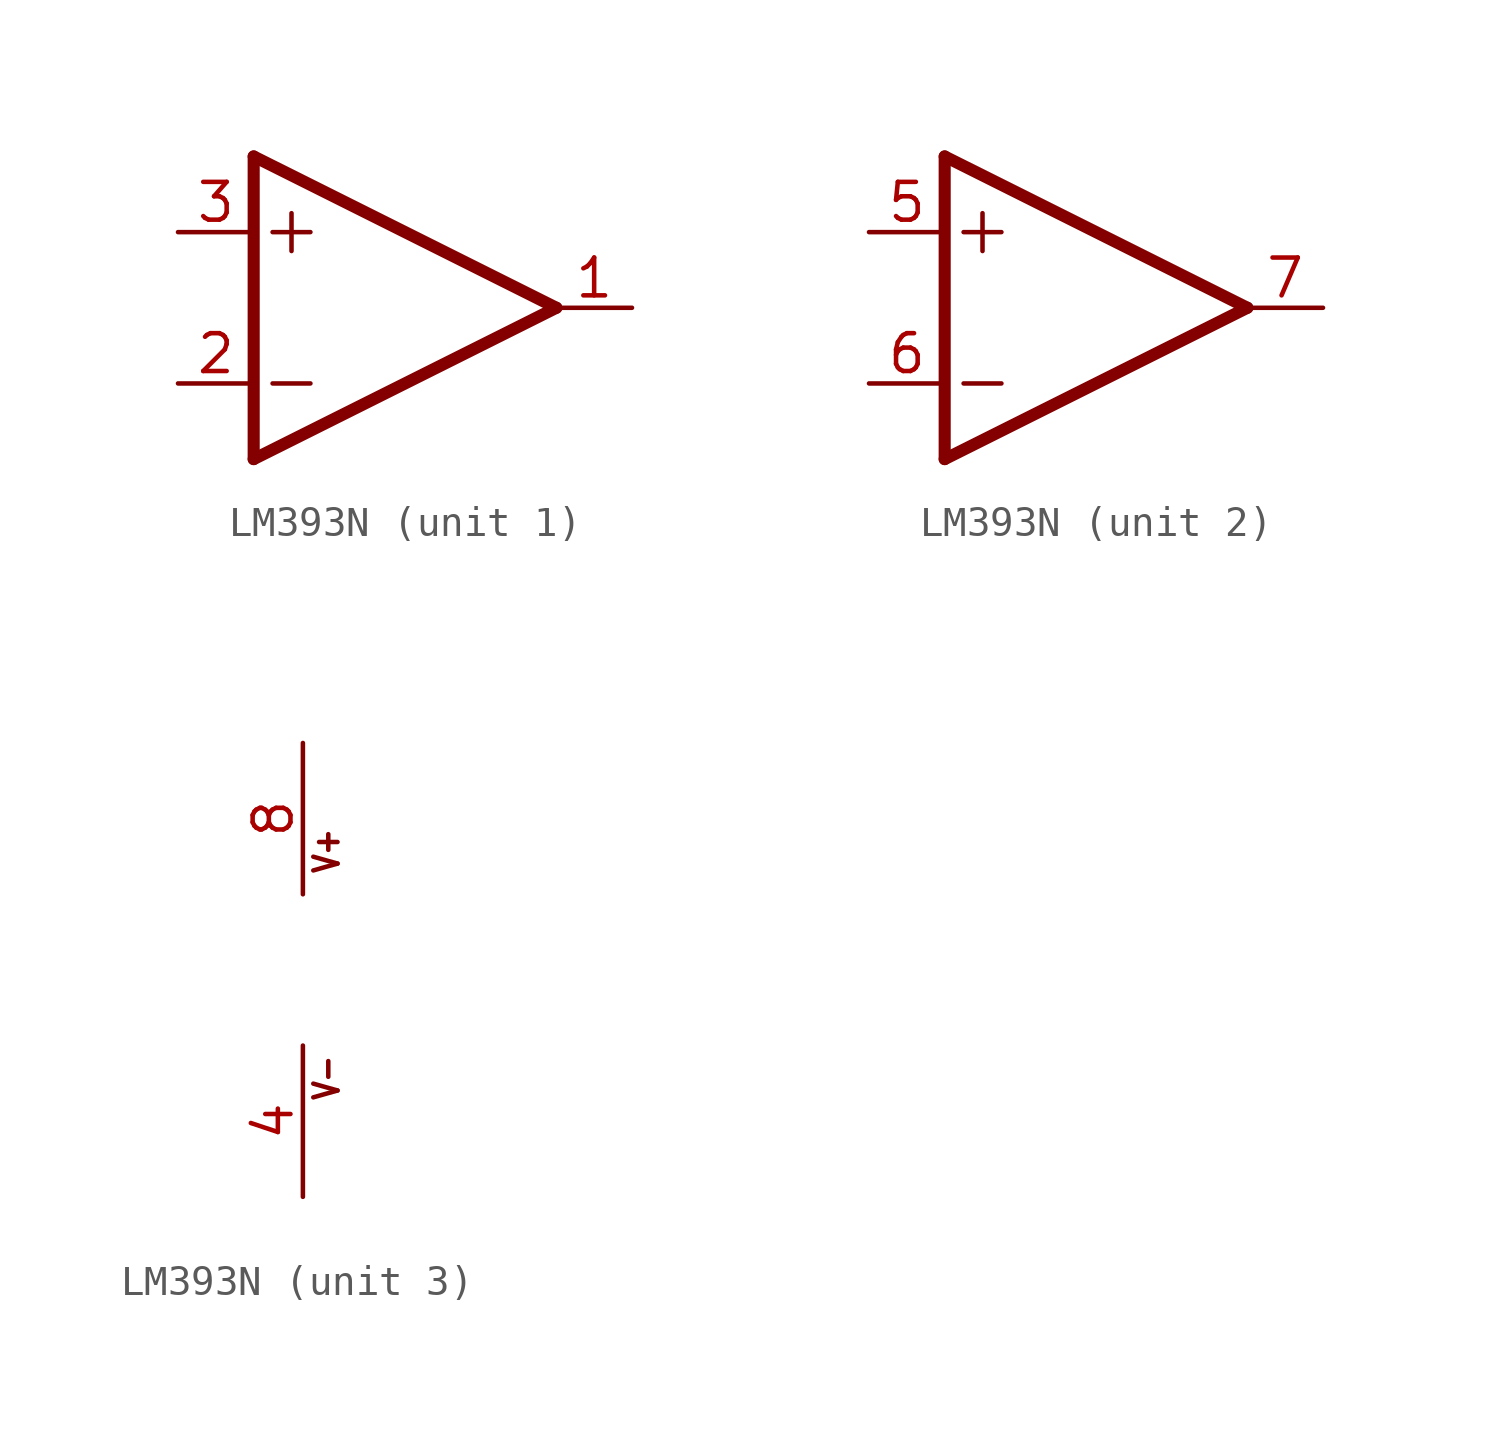
<source format=kicad_sym>
(kicad_symbol_lib
  (version 20220914)
  (generator kicad_symbol_editor)
  (symbol "LM393N"
    (property "Reference" "IC"
      (at 2.54 3.175 0)
      (effects (font (size 1.778 1.511)) (justify left bottom) hide))
    (property "ki_locked" ""
      (at 0 0 0)
      (effects (font (size 1.27 1.27))))
    (symbol "LM393N_1_0"
      (polyline (pts (xy -5.08 -5.08) (xy 5.08 0)) (stroke (width 0.406) (type solid)) (fill (type none)))
      (polyline (pts (xy -5.08 5.08) (xy -5.08 -5.08)) (stroke (width 0.406) (type solid)) (fill (type none)))
      (polyline (pts (xy -4.445 -2.54) (xy -3.175 -2.54)) (stroke (width 0.152) (type solid)) (fill (type none)))
      (polyline (pts (xy -4.445 2.54) (xy -3.175 2.54)) (stroke (width 0.152) (type solid)) (fill (type none)))
      (polyline (pts (xy -3.81 3.175) (xy -3.81 1.905)) (stroke (width 0.152) (type solid)) (fill (type none)))
      (polyline (pts (xy 5.08 0) (xy -5.08 5.08)) (stroke (width 0.406) (type solid)) (fill (type none)))
      (pin output line (at 7.62 0 180) (length 2.54) (name "OUT" (effects (font (size 0 0)))) (number "1" (effects (font (size 1.27 1.27)))))
      (pin input line (at -7.62 -2.54 0) (length 2.54) (name "-IN" (effects (font (size 0 0)))) (number "2" (effects (font (size 1.27 1.27)))))
      (pin input line (at -7.62 2.54 0) (length 2.54) (name "+IN" (effects (font (size 0 0)))) (number "3" (effects (font (size 1.27 1.27))))))
    (symbol "LM393N_2_0"
      (polyline (pts (xy -5.08 -5.08) (xy 5.08 0)) (stroke (width 0.406) (type solid)) (fill (type none)))
      (polyline (pts (xy -5.08 5.08) (xy -5.08 -5.08)) (stroke (width 0.406) (type solid)) (fill (type none)))
      (polyline (pts (xy -4.445 -2.54) (xy -3.175 -2.54)) (stroke (width 0.152) (type solid)) (fill (type none)))
      (polyline (pts (xy -4.445 2.54) (xy -3.175 2.54)) (stroke (width 0.152) (type solid)) (fill (type none)))
      (polyline (pts (xy -3.81 3.175) (xy -3.81 1.905)) (stroke (width 0.152) (type solid)) (fill (type none)))
      (polyline (pts (xy 5.08 0) (xy -5.08 5.08)) (stroke (width 0.406) (type solid)) (fill (type none)))
      (pin input line (at -7.62 2.54 0) (length 2.54) (name "+IN" (effects (font (size 0 0)))) (number "5" (effects (font (size 1.27 1.27)))))
      (pin input line (at -7.62 -2.54 0) (length 2.54) (name "-IN" (effects (font (size 0 0)))) (number "6" (effects (font (size 1.27 1.27)))))
      (pin output line (at 7.62 0 180) (length 2.54) (name "OUT" (effects (font (size 0 0)))) (number "7" (effects (font (size 1.27 1.27))))))
    (symbol "LM393N_3_0"
      (text "V+" (at 1.27 3.175 900) (effects (font (size 0.813 0.691)) (justify left bottom)))
      (text "V-" (at 1.27 -4.445 900) (effects (font (size 0.813 0.691)) (justify left bottom)))
      (pin power_in line (at 0 -7.62 90) (length 5.08) (name "V-" (effects (font (size 0 0)))) (number "4" (effects (font (size 1.27 1.27)))))
      (pin power_in line (at 0 7.62 270) (length 5.08) (name "V+" (effects (font (size 0 0)))) (number "8" (effects (font (size 1.27 1.27))))))))
</source>
